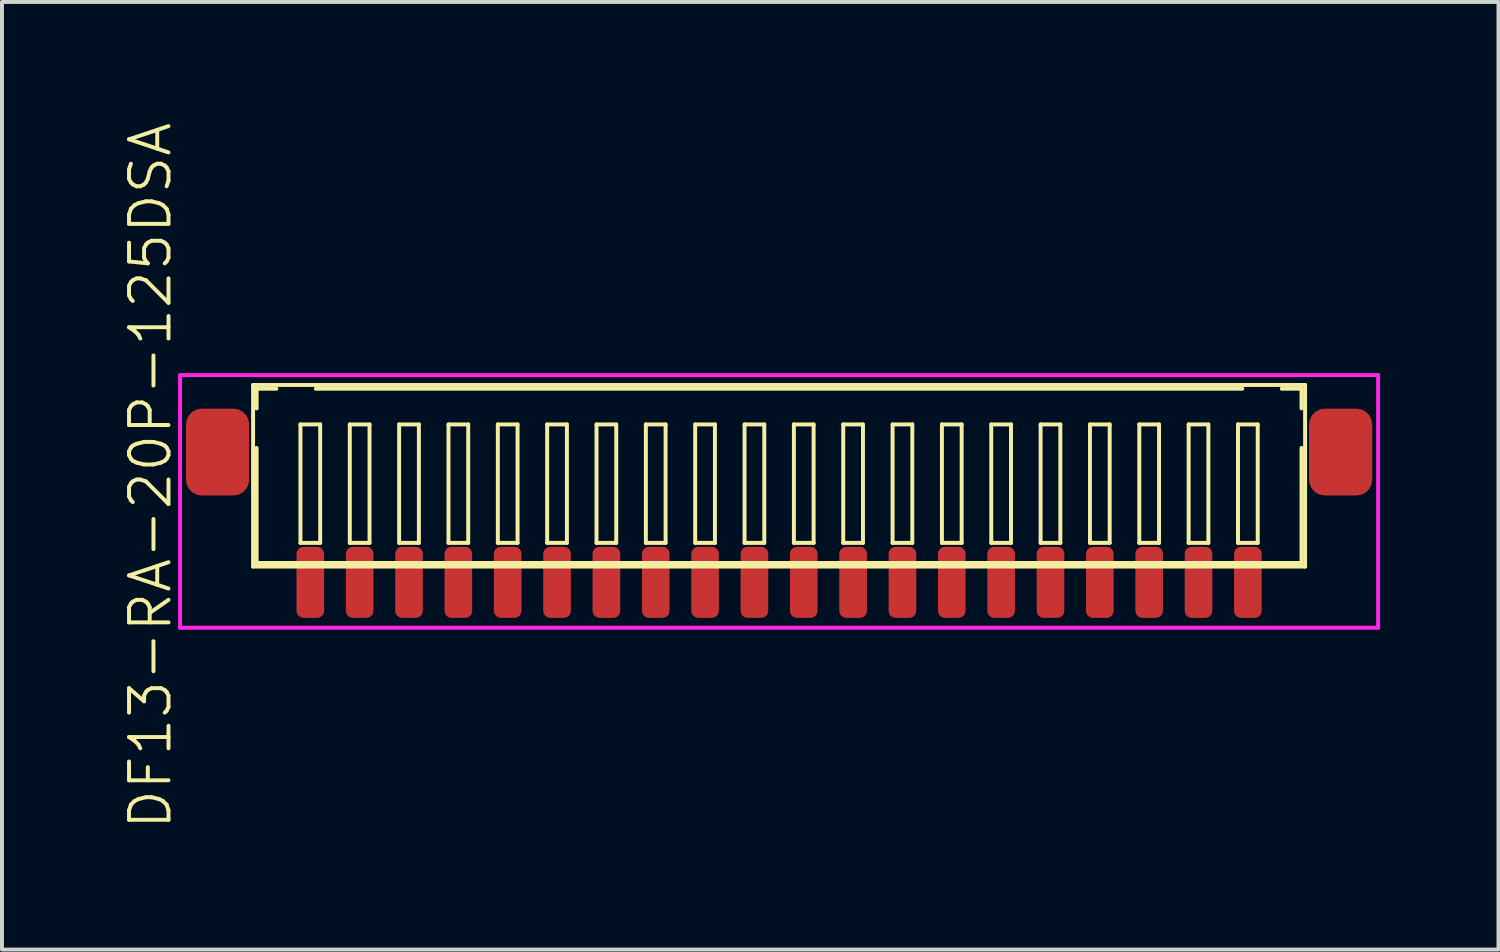
<source format=kicad_pcb>
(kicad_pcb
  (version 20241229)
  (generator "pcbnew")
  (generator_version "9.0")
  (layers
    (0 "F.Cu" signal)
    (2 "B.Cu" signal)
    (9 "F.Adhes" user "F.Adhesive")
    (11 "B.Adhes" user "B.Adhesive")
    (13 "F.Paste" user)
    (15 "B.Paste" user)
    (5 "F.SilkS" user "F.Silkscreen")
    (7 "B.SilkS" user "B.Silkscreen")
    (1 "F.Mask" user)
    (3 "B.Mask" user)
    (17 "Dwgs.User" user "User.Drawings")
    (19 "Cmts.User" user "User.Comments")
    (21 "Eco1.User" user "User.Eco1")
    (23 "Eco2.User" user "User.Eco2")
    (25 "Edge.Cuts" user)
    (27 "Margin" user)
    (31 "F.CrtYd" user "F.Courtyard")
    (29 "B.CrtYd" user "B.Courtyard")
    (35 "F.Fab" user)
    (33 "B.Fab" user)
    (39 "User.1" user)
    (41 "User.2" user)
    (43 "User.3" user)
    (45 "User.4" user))
  (footprint "DF13-RA-20P-125DSA"
    (layer "F.Cu")
    (at 16.686 11.702)
    (property "Reference" "DF13-RA-20P-125DSA" (at -15.925 -2.7 90) (layer "F.SilkS") (effects (font (size 1 1) (thickness 0.1))))
    (attr through_hole)
    (fp_line (start -13.325 -5) (end -13.325 -0.4) (stroke (width 0.1) (type solid)) (layer "F.SilkS"))
    (fp_line (start -13.325 -5) (end 13.325 -5) (stroke (width 0.1) (type solid)) (layer "F.SilkS"))
    (fp_line (start -13.325 -0.4) (end 13.325 -0.4) (stroke (width 0.1) (type solid)) (layer "F.SilkS"))
    (fp_line (start -13.235 -4.905) (end -13.235 -4.405) (stroke (width 0.1) (type solid)) (layer "F.SilkS"))
    (fp_line (start -13.235 -4.905) (end -12.735 -4.905) (stroke (width 0.1) (type solid)) (layer "F.SilkS"))
    (fp_line (start -13.235 -3.405) (end -13.235 -0.49) (stroke (width 0.1) (type solid)) (layer "F.SilkS"))
    (fp_line (start -13.235 -0.49) (end 13.235 -0.49) (stroke (width 0.1) (type solid)) (layer "F.SilkS"))
    (fp_line (start -12.125 -4) (end -12.125 -1) (stroke (width 0.1) (type solid)) (layer "F.SilkS"))
    (fp_line (start -12.125 -1) (end -11.625 -1) (stroke (width 0.1) (type solid)) (layer "F.SilkS"))
    (fp_line (start -11.735 -4.905) (end 11.735 -4.905) (stroke (width 0.1) (type solid)) (layer "F.SilkS"))
    (fp_line (start -11.625 -4) (end -12.125 -4) (stroke (width 0.1) (type solid)) (layer "F.SilkS"))
    (fp_line (start -11.625 -1) (end -11.625 -4) (stroke (width 0.1) (type solid)) (layer "F.SilkS"))
    (fp_line (start -10.875 -4) (end -10.875 -1) (stroke (width 0.1) (type solid)) (layer "F.SilkS"))
    (fp_line (start -10.875 -1) (end -10.375 -1) (stroke (width 0.1) (type solid)) (layer "F.SilkS"))
    (fp_line (start -10.375 -4) (end -10.875 -4) (stroke (width 0.1) (type solid)) (layer "F.SilkS"))
    (fp_line (start -10.375 -1) (end -10.375 -4) (stroke (width 0.1) (type solid)) (layer "F.SilkS"))
    (fp_line (start -9.625 -4) (end -9.625 -1) (stroke (width 0.1) (type solid)) (layer "F.SilkS"))
    (fp_line (start -9.625 -1) (end -9.125 -1) (stroke (width 0.1) (type solid)) (layer "F.SilkS"))
    (fp_line (start -9.125 -4) (end -9.625 -4) (stroke (width 0.1) (type solid)) (layer "F.SilkS"))
    (fp_line (start -9.125 -1) (end -9.125 -4) (stroke (width 0.1) (type solid)) (layer "F.SilkS"))
    (fp_line (start -8.375 -4) (end -8.375 -1) (stroke (width 0.1) (type solid)) (layer "F.SilkS"))
    (fp_line (start -8.375 -1) (end -7.875 -1) (stroke (width 0.1) (type solid)) (layer "F.SilkS"))
    (fp_line (start -7.875 -4) (end -8.375 -4) (stroke (width 0.1) (type solid)) (layer "F.SilkS"))
    (fp_line (start -7.875 -1) (end -7.875 -4) (stroke (width 0.1) (type solid)) (layer "F.SilkS"))
    (fp_line (start -7.125 -4) (end -7.125 -1) (stroke (width 0.1) (type solid)) (layer "F.SilkS"))
    (fp_line (start -7.125 -1) (end -6.625 -1) (stroke (width 0.1) (type solid)) (layer "F.SilkS"))
    (fp_line (start -6.625 -4) (end -7.125 -4) (stroke (width 0.1) (type solid)) (layer "F.SilkS"))
    (fp_line (start -6.625 -1) (end -6.625 -4) (stroke (width 0.1) (type solid)) (layer "F.SilkS"))
    (fp_line (start -5.875 -4) (end -5.875 -1) (stroke (width 0.1) (type solid)) (layer "F.SilkS"))
    (fp_line (start -5.875 -1) (end -5.375 -1) (stroke (width 0.1) (type solid)) (layer "F.SilkS"))
    (fp_line (start -5.375 -4) (end -5.875 -4) (stroke (width 0.1) (type solid)) (layer "F.SilkS"))
    (fp_line (start -5.375 -1) (end -5.375 -4) (stroke (width 0.1) (type solid)) (layer "F.SilkS"))
    (fp_line (start -4.625 -4) (end -4.625 -1) (stroke (width 0.1) (type solid)) (layer "F.SilkS"))
    (fp_line (start -4.625 -1) (end -4.125 -1) (stroke (width 0.1) (type solid)) (layer "F.SilkS"))
    (fp_line (start -4.125 -4) (end -4.625 -4) (stroke (width 0.1) (type solid)) (layer "F.SilkS"))
    (fp_line (start -4.125 -1) (end -4.125 -4) (stroke (width 0.1) (type solid)) (layer "F.SilkS"))
    (fp_line (start -3.375 -4) (end -3.375 -1) (stroke (width 0.1) (type solid)) (layer "F.SilkS"))
    (fp_line (start -3.375 -1) (end -2.875 -1) (stroke (width 0.1) (type solid)) (layer "F.SilkS"))
    (fp_line (start -2.875 -4) (end -3.375 -4) (stroke (width 0.1) (type solid)) (layer "F.SilkS"))
    (fp_line (start -2.875 -1) (end -2.875 -4) (stroke (width 0.1) (type solid)) (layer "F.SilkS"))
    (fp_line (start -2.125 -4) (end -2.125 -1) (stroke (width 0.1) (type solid)) (layer "F.SilkS"))
    (fp_line (start -2.125 -1) (end -1.625 -1) (stroke (width 0.1) (type solid)) (layer "F.SilkS"))
    (fp_line (start -1.625 -4) (end -2.125 -4) (stroke (width 0.1) (type solid)) (layer "F.SilkS"))
    (fp_line (start -1.625 -1) (end -1.625 -4) (stroke (width 0.1) (type solid)) (layer "F.SilkS"))
    (fp_line (start -0.875 -4) (end -0.875 -1) (stroke (width 0.1) (type solid)) (layer "F.SilkS"))
    (fp_line (start -0.875 -1) (end -0.375 -1) (stroke (width 0.1) (type solid)) (layer "F.SilkS"))
    (fp_line (start -0.375 -4) (end -0.875 -4) (stroke (width 0.1) (type solid)) (layer "F.SilkS"))
    (fp_line (start -0.375 -1) (end -0.375 -4) (stroke (width 0.1) (type solid)) (layer "F.SilkS"))
    (fp_line (start 0.375 -4) (end 0.375 -1) (stroke (width 0.1) (type solid)) (layer "F.SilkS"))
    (fp_line (start 0.375 -1) (end 0.875 -1) (stroke (width 0.1) (type solid)) (layer "F.SilkS"))
    (fp_line (start 0.875 -4) (end 0.375 -4) (stroke (width 0.1) (type solid)) (layer "F.SilkS"))
    (fp_line (start 0.875 -1) (end 0.875 -4) (stroke (width 0.1) (type solid)) (layer "F.SilkS"))
    (fp_line (start 1.625 -4) (end 1.625 -1) (stroke (width 0.1) (type solid)) (layer "F.SilkS"))
    (fp_line (start 1.625 -1) (end 2.125 -1) (stroke (width 0.1) (type solid)) (layer "F.SilkS"))
    (fp_line (start 2.125 -4) (end 1.625 -4) (stroke (width 0.1) (type solid)) (layer "F.SilkS"))
    (fp_line (start 2.125 -1) (end 2.125 -4) (stroke (width 0.1) (type solid)) (layer "F.SilkS"))
    (fp_line (start 2.875 -4) (end 2.875 -1) (stroke (width 0.1) (type solid)) (layer "F.SilkS"))
    (fp_line (start 2.875 -1) (end 3.375 -1) (stroke (width 0.1) (type solid)) (layer "F.SilkS"))
    (fp_line (start 3.375 -4) (end 2.875 -4) (stroke (width 0.1) (type solid)) (layer "F.SilkS"))
    (fp_line (start 3.375 -1) (end 3.375 -4) (stroke (width 0.1) (type solid)) (layer "F.SilkS"))
    (fp_line (start 4.125 -4) (end 4.125 -1) (stroke (width 0.1) (type solid)) (layer "F.SilkS"))
    (fp_line (start 4.125 -1) (end 4.625 -1) (stroke (width 0.1) (type solid)) (layer "F.SilkS"))
    (fp_line (start 4.625 -4) (end 4.125 -4) (stroke (width 0.1) (type solid)) (layer "F.SilkS"))
    (fp_line (start 4.625 -1) (end 4.625 -4) (stroke (width 0.1) (type solid)) (layer "F.SilkS"))
    (fp_line (start 5.375 -4) (end 5.375 -1) (stroke (width 0.1) (type solid)) (layer "F.SilkS"))
    (fp_line (start 5.375 -1) (end 5.875 -1) (stroke (width 0.1) (type solid)) (layer "F.SilkS"))
    (fp_line (start 5.875 -4) (end 5.375 -4) (stroke (width 0.1) (type solid)) (layer "F.SilkS"))
    (fp_line (start 5.875 -1) (end 5.875 -4) (stroke (width 0.1) (type solid)) (layer "F.SilkS"))
    (fp_line (start 6.625 -4) (end 6.625 -1) (stroke (width 0.1) (type solid)) (layer "F.SilkS"))
    (fp_line (start 6.625 -1) (end 7.125 -1) (stroke (width 0.1) (type solid)) (layer "F.SilkS"))
    (fp_line (start 7.125 -4) (end 6.625 -4) (stroke (width 0.1) (type solid)) (layer "F.SilkS"))
    (fp_line (start 7.125 -1) (end 7.125 -4) (stroke (width 0.1) (type solid)) (layer "F.SilkS"))
    (fp_line (start 7.875 -4) (end 7.875 -1) (stroke (width 0.1) (type solid)) (layer "F.SilkS"))
    (fp_line (start 7.875 -1) (end 8.375 -1) (stroke (width 0.1) (type solid)) (layer "F.SilkS"))
    (fp_line (start 8.375 -4) (end 7.875 -4) (stroke (width 0.1) (type solid)) (layer "F.SilkS"))
    (fp_line (start 8.375 -1) (end 8.375 -4) (stroke (width 0.1) (type solid)) (layer "F.SilkS"))
    (fp_line (start 9.125 -4) (end 9.125 -1) (stroke (width 0.1) (type solid)) (layer "F.SilkS"))
    (fp_line (start 9.125 -1) (end 9.625 -1) (stroke (width 0.1) (type solid)) (layer "F.SilkS"))
    (fp_line (start 9.625 -4) (end 9.125 -4) (stroke (width 0.1) (type solid)) (layer "F.SilkS"))
    (fp_line (start 9.625 -1) (end 9.625 -4) (stroke (width 0.1) (type solid)) (layer "F.SilkS"))
    (fp_line (start 10.375 -4) (end 10.375 -1) (stroke (width 0.1) (type solid)) (layer "F.SilkS"))
    (fp_line (start 10.375 -1) (end 10.875 -1) (stroke (width 0.1) (type solid)) (layer "F.SilkS"))
    (fp_line (start 10.875 -4) (end 10.375 -4) (stroke (width 0.1) (type solid)) (layer "F.SilkS"))
    (fp_line (start 10.875 -1) (end 10.875 -4) (stroke (width 0.1) (type solid)) (layer "F.SilkS"))
    (fp_line (start 11.625 -4) (end 11.625 -1) (stroke (width 0.1) (type solid)) (layer "F.SilkS"))
    (fp_line (start 11.625 -1) (end 12.125 -1) (stroke (width 0.1) (type solid)) (layer "F.SilkS"))
    (fp_line (start 12.125 -4) (end 11.625 -4) (stroke (width 0.1) (type solid)) (layer "F.SilkS"))
    (fp_line (start 12.125 -1) (end 12.125 -4) (stroke (width 0.1) (type solid)) (layer "F.SilkS"))
    (fp_line (start 12.735 -4.905) (end 13.235 -4.905) (stroke (width 0.1) (type solid)) (layer "F.SilkS"))
    (fp_line (start 13.235 -4.905) (end 13.235 -4.405) (stroke (width 0.1) (type solid)) (layer "F.SilkS"))
    (fp_line (start 13.235 -3.405) (end 13.235 -0.49) (stroke (width 0.1) (type solid)) (layer "F.SilkS"))
    (fp_line (start 13.325 -5) (end 13.325 -0.4) (stroke (width 0.1) (type solid)) (layer "F.SilkS"))
    (fp_line (start -15.175 -5.25) (end -15.175 1.15) (stroke (width 0.1) (type solid)) (layer "F.CrtYd"))
    (fp_line (start -15.175 1.15) (end 15.175 1.15) (stroke (width 0.1) (type solid)) (layer "F.CrtYd"))
    (fp_line (start 15.175 -5.25) (end -15.175 -5.25) (stroke (width 0.1) (type solid)) (layer "F.CrtYd"))
    (fp_line (start 15.175 1.15) (end 15.175 -5.25) (stroke (width 0.1) (type solid)) (layer "F.CrtYd"))
    (pad "1" smd roundrect (at -11.875 0) (size 0.7 1.8) (layers "F.Cu" "F.Mask" "F.Paste") (roundrect_rratio 0.25))
    (pad "2" smd roundrect (at -10.625 0) (size 0.7 1.8) (layers "F.Cu" "F.Mask" "F.Paste") (roundrect_rratio 0.25))
    (pad "3" smd roundrect (at -9.375 0) (size 0.7 1.8) (layers "F.Cu" "F.Mask" "F.Paste") (roundrect_rratio 0.25))
    (pad "4" smd roundrect (at -8.125 0) (size 0.7 1.8) (layers "F.Cu" "F.Mask" "F.Paste") (roundrect_rratio 0.25))
    (pad "5" smd roundrect (at -6.875 0) (size 0.7 1.8) (layers "F.Cu" "F.Mask" "F.Paste") (roundrect_rratio 0.25))
    (pad "6" smd roundrect (at -5.625 0) (size 0.7 1.8) (layers "F.Cu" "F.Mask" "F.Paste") (roundrect_rratio 0.25))
    (pad "7" smd roundrect (at -4.375 0) (size 0.7 1.8) (layers "F.Cu" "F.Mask" "F.Paste") (roundrect_rratio 0.25))
    (pad "8" smd roundrect (at -3.125 0) (size 0.7 1.8) (layers "F.Cu" "F.Mask" "F.Paste") (roundrect_rratio 0.25))
    (pad "9" smd roundrect (at -1.875 0) (size 0.7 1.8) (layers "F.Cu" "F.Mask" "F.Paste") (roundrect_rratio 0.25))
    (pad "10" smd roundrect (at -0.625 0) (size 0.7 1.8) (layers "F.Cu" "F.Mask" "F.Paste") (roundrect_rratio 0.25))
    (pad "11" smd roundrect (at 0.625 0) (size 0.7 1.8) (layers "F.Cu" "F.Mask" "F.Paste") (roundrect_rratio 0.25))
    (pad "12" smd roundrect (at 1.875 0) (size 0.7 1.8) (layers "F.Cu" "F.Mask" "F.Paste") (roundrect_rratio 0.25))
    (pad "13" smd roundrect (at 3.125 0) (size 0.7 1.8) (layers "F.Cu" "F.Mask" "F.Paste") (roundrect_rratio 0.25))
    (pad "14" smd roundrect (at 4.375 0) (size 0.7 1.8) (layers "F.Cu" "F.Mask" "F.Paste") (roundrect_rratio 0.25))
    (pad "15" smd roundrect (at 5.625 0) (size 0.7 1.8) (layers "F.Cu" "F.Mask" "F.Paste") (roundrect_rratio 0.25))
    (pad "16" smd roundrect (at 6.875 0) (size 0.7 1.8) (layers "F.Cu" "F.Mask" "F.Paste") (roundrect_rratio 0.25))
    (pad "17" smd roundrect (at 8.125 0) (size 0.7 1.8) (layers "F.Cu" "F.Mask" "F.Paste") (roundrect_rratio 0.25))
    (pad "18" smd roundrect (at 9.375 0) (size 0.7 1.8) (layers "F.Cu" "F.Mask" "F.Paste") (roundrect_rratio 0.25))
    (pad "19" smd roundrect (at 10.625 0) (size 0.7 1.8) (layers "F.Cu" "F.Mask" "F.Paste") (roundrect_rratio 0.25))
    (pad "20" smd roundrect (at 11.875 0) (size 0.7 1.8) (layers "F.Cu" "F.Mask" "F.Paste") (roundrect_rratio 0.25))
    (pad "S" smd roundrect (at -14.225 -3.3) (size 1.6 2.2) (layers "F.Cu" "F.Mask" "F.Paste") (roundrect_rratio 0.25))
    (pad "S" smd roundrect (at 14.225 -3.3) (size 1.6 2.2) (layers "F.Cu" "F.Mask" "F.Paste") (roundrect_rratio 0.25)))
  (gr_rect
    (start -3 -3)
    (end 34.91 21.005)
    (stroke (width 0.1) (type default))
    (fill no)
    (layer "Edge.Cuts")))
</source>
